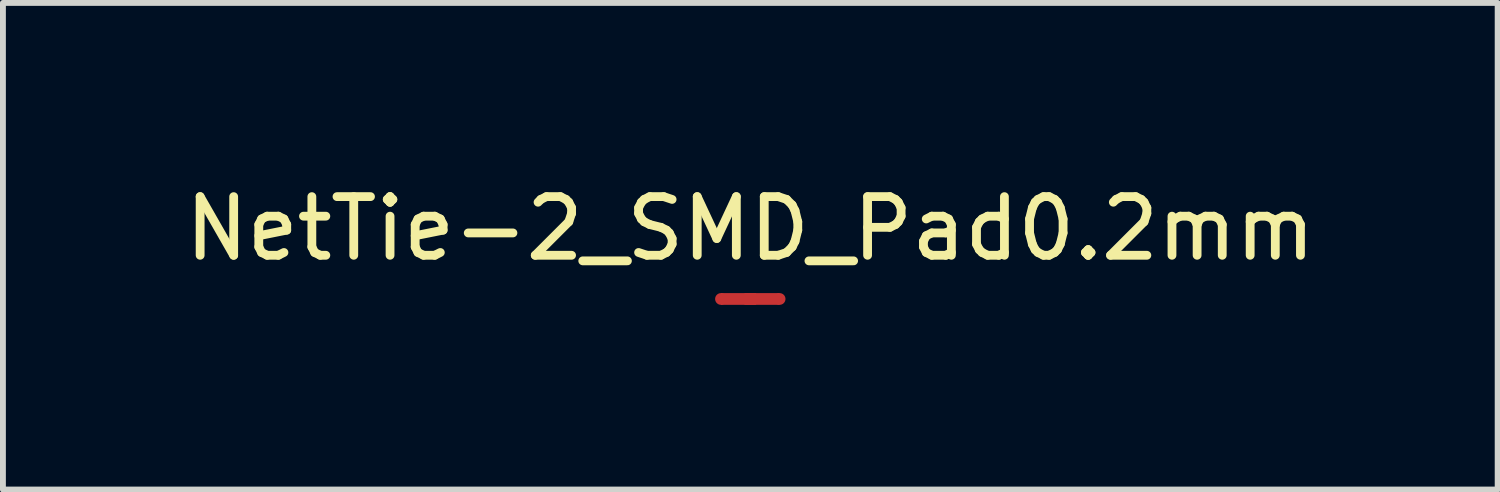
<source format=kicad_pcb>
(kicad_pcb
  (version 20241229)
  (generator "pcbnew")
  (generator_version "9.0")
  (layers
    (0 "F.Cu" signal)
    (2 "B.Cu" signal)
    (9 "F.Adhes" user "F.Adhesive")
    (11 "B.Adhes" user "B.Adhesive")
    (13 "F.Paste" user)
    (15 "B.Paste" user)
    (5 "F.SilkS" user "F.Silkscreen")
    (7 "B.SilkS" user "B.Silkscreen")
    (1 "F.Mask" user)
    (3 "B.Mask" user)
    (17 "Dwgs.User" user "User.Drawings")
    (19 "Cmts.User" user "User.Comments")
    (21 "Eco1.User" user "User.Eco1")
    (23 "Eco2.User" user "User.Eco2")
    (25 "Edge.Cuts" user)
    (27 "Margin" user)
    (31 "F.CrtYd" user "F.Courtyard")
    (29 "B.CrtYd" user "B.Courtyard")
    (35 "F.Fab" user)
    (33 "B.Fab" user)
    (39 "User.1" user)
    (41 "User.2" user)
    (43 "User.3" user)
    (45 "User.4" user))
  (footprint "NetTie-2_SMD_Pad0.2mm"
    (layer "F.Cu")
    (at 9.744 2.048)
    (property "Reference" "NetTie-2_SMD_Pad0.2mm" (at 0 -1.2 0) (layer "F.SilkS") (effects (font (size 1 1) (thickness 0.15))))
    (attr exclude_from_pos_files exclude_from_bom allow_missing_courtyard)
    (pad "1" smd circle (at -0.5 0) (size 0.2 0.2) (layers "F.Cu"))
    (pad "1" smd rect (at -0.2 0) (size 0.6 0.2) (layers "F.Cu"))
    (pad "2" smd rect (at 0.2 0) (size 0.6 0.2) (layers "F.Cu"))
    (pad "2" smd circle (at 0.5 0) (size 0.2 0.2) (layers "F.Cu")))
  (gr_rect
    (start -3 -3)
    (end 22.488 5.298)
    (stroke (width 0.1) (type default))
    (fill no)
    (layer "Edge.Cuts")))
</source>
